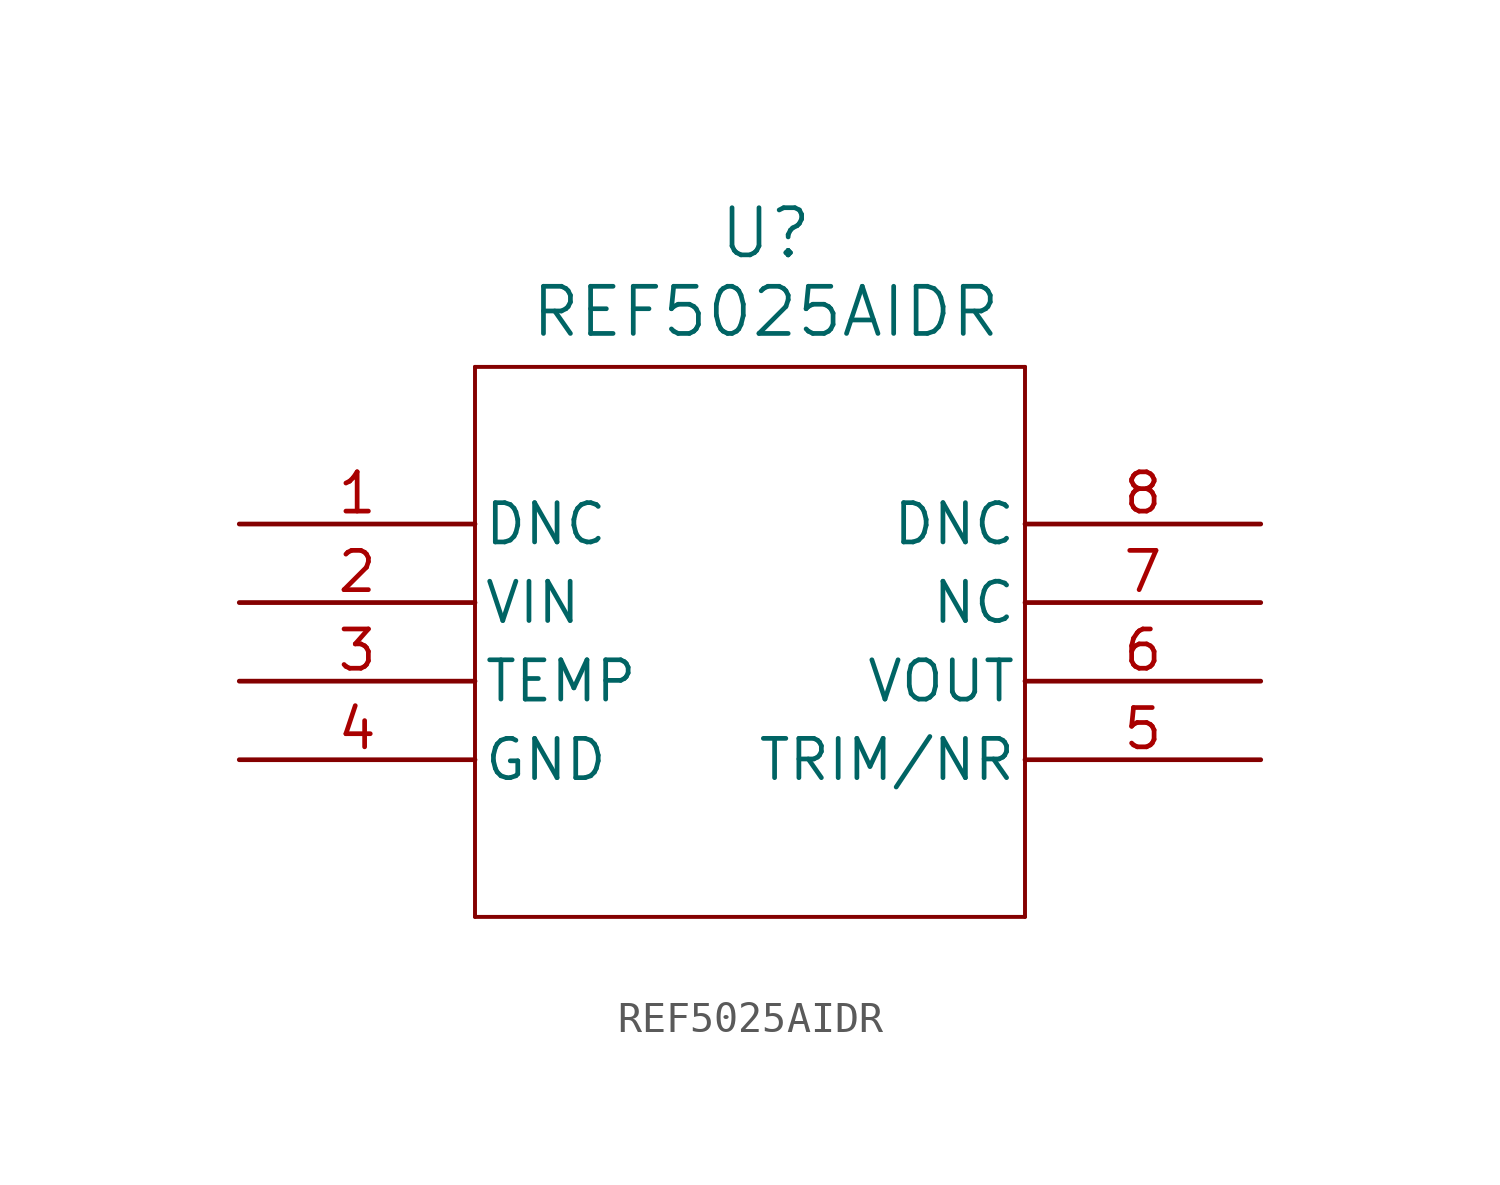
<source format=kicad_sym>
(kicad_symbol_lib
  (version 20231120)
  (generator "kicad_symbol_editor")
  (generator_version "8.0")
  (symbol "REF5025AIDR"
    (pin_names
      (offset 0.254))
    (property "Reference" "U"
      (at 17.018 9.398 0)
      (effects (font (size 1.524 1.524))))
    (property "Value" "REF5025AIDR"
      (at 17.018 6.858 0)
      (effects (font (size 1.524 1.524))))
    (property "ki_locked" ""
      (at 0 0 0)
      (effects (font (size 1.27 1.27))))
    (symbol "REF5025AIDR_0_1"
      (polyline (pts (xy 7.62 -12.7) (xy 25.4 -12.7)) (stroke (width 0.127) (type default)) (fill (type none)))
      (polyline (pts (xy 7.62 5.08) (xy 7.62 -12.7)) (stroke (width 0.127) (type default)) (fill (type none)))
      (polyline (pts (xy 25.4 -12.7) (xy 25.4 5.08)) (stroke (width 0.127) (type default)) (fill (type none)))
      (polyline (pts (xy 25.4 5.08) (xy 7.62 5.08)) (stroke (width 0.127) (type default)) (fill (type none)))
      (pin unspecified line (at 0 0 0) (length 7.62) (name "DNC" (effects (font (size 1.27 1.27)))) (number "1" (effects (font (size 1.27 1.27)))))
      (pin input line (at 0 -2.54 0) (length 7.62) (name "VIN" (effects (font (size 1.27 1.27)))) (number "2" (effects (font (size 1.27 1.27)))))
      (pin unspecified line (at 0 -5.08 0) (length 7.62) (name "TEMP" (effects (font (size 1.27 1.27)))) (number "3" (effects (font (size 1.27 1.27)))))
      (pin output line (at 33.02 -5.08 180) (length 7.62) (name "VOUT" (effects (font (size 1.27 1.27)))) (number "6" (effects (font (size 1.27 1.27)))))
      (pin unspecified line (at 33.02 -2.54 180) (length 7.62) (name "NC" (effects (font (size 1.27 1.27)))) (number "7" (effects (font (size 1.27 1.27)))))
      (pin unspecified line (at 33.02 0 180) (length 7.62) (name "DNC" (effects (font (size 1.27 1.27)))) (number "8" (effects (font (size 1.27 1.27))))))
    (symbol "REF5025AIDR_1_1"
      (pin passive line (at 0 -7.62 0) (length 7.62) (name "GND" (effects (font (size 1.27 1.27)))) (number "4" (effects (font (size 1.27 1.27)))))
      (pin passive line (at 33.02 -7.62 180) (length 7.62) (name "TRIM/NR" (effects (font (size 1.27 1.27)))) (number "5" (effects (font (size 1.27 1.27))))))))
</source>
